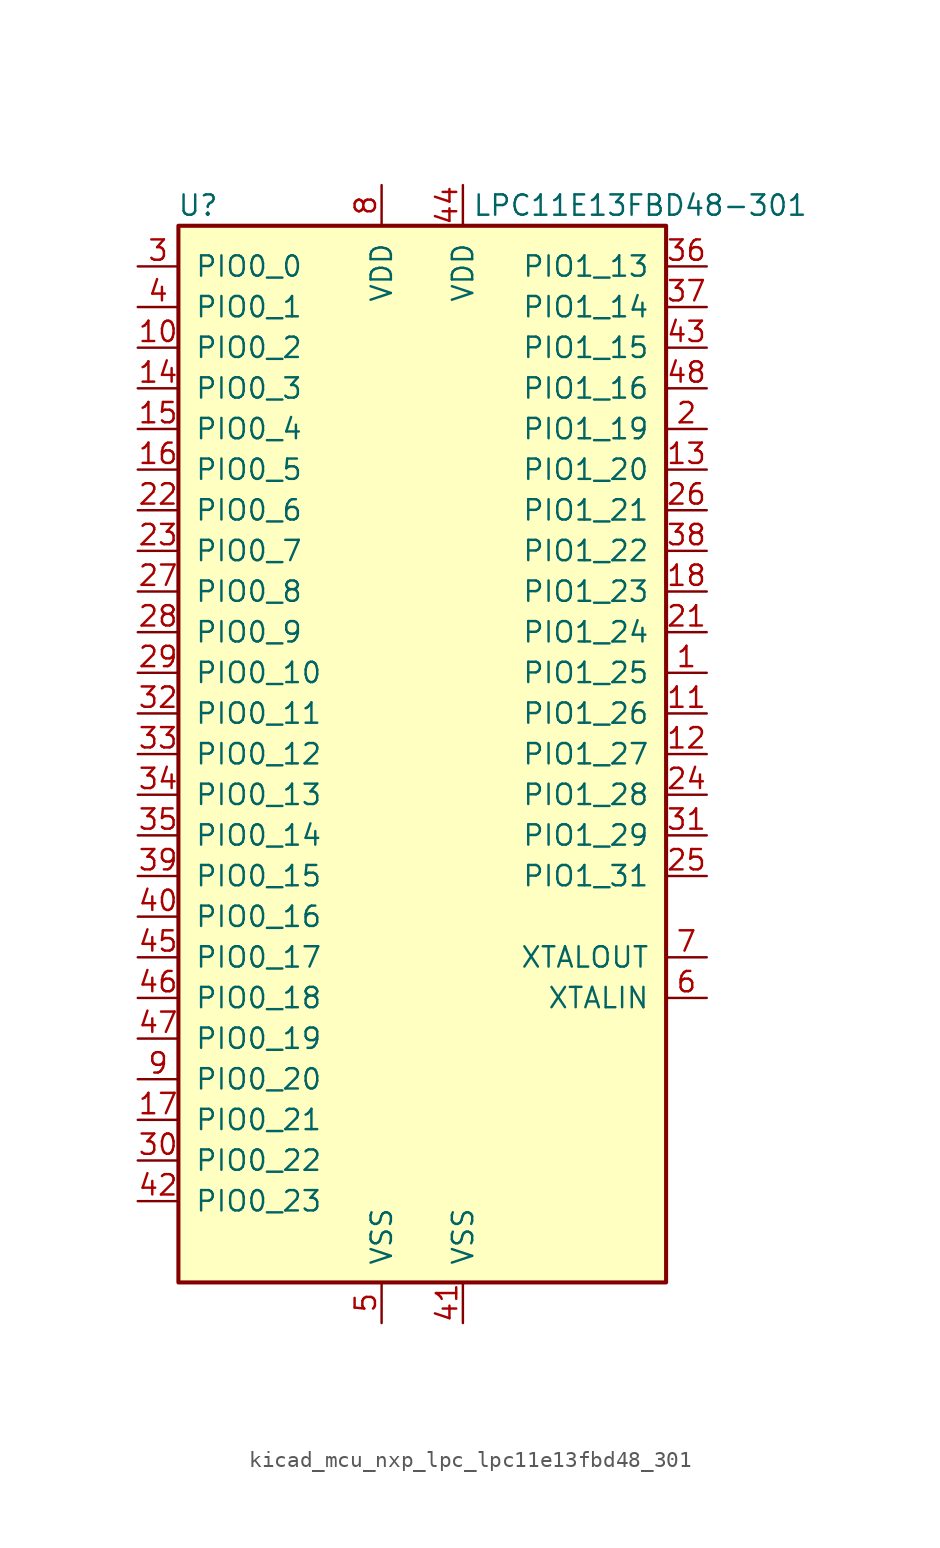
<source format=kicad_sym>
(kicad_symbol_lib
  (version 20220914)
  (generator kicad_symbol_editor)
  (symbol "kicad_mcu_nxp_lpc_lpc11e13fbd48_301"
    (pin_names
      (offset 1.016))
    (property "Reference" "U"
      (at -12.7 34.29 0)
      (effects (font (size 1.27 1.27)) (justify right)))
    (property "Value" "LPC11E13FBD48-301"
      (at 24.13 34.29 0)
      (effects (font (size 1.27 1.27)) (justify right)))
    (symbol "kicad_mcu_nxp_lpc_lpc11e13fbd48_301_0_1"
      (rectangle (start -15.24 33.02) (end 15.24 -33.02) (stroke (width 0.254) (type default)) (fill (type background))))
    (symbol "kicad_mcu_nxp_lpc_lpc11e13fbd48_301_1_1"
      (pin bidirectional line (at 17.78 5.08 180) (length 2.54) (name "PIO1_25" (effects (font (size 1.27 1.27)))) (number "1" (effects (font (size 1.27 1.27)))))
      (pin bidirectional line (at -17.78 25.4 0) (length 2.54) (name "PIO0_2" (effects (font (size 1.27 1.27)))) (number "10" (effects (font (size 1.27 1.27)))))
      (pin bidirectional line (at 17.78 2.54 180) (length 2.54) (name "PIO1_26" (effects (font (size 1.27 1.27)))) (number "11" (effects (font (size 1.27 1.27)))))
      (pin bidirectional line (at 17.78 0 180) (length 2.54) (name "PIO1_27" (effects (font (size 1.27 1.27)))) (number "12" (effects (font (size 1.27 1.27)))))
      (pin bidirectional line (at 17.78 17.78 180) (length 2.54) (name "PIO1_20" (effects (font (size 1.27 1.27)))) (number "13" (effects (font (size 1.27 1.27)))))
      (pin bidirectional line (at -17.78 22.86 0) (length 2.54) (name "PIO0_3" (effects (font (size 1.27 1.27)))) (number "14" (effects (font (size 1.27 1.27)))))
      (pin open_collector line (at -17.78 20.32 0) (length 2.54) (name "PIO0_4" (effects (font (size 1.27 1.27)))) (number "15" (effects (font (size 1.27 1.27)))))
      (pin open_collector line (at -17.78 17.78 0) (length 2.54) (name "PIO0_5" (effects (font (size 1.27 1.27)))) (number "16" (effects (font (size 1.27 1.27)))))
      (pin bidirectional line (at -17.78 -22.86 0) (length 2.54) (name "PIO0_21" (effects (font (size 1.27 1.27)))) (number "17" (effects (font (size 1.27 1.27)))))
      (pin bidirectional line (at 17.78 10.16 180) (length 2.54) (name "PIO1_23" (effects (font (size 1.27 1.27)))) (number "18" (effects (font (size 1.27 1.27)))))
      (pin no_connect line (at 15.24 -22.86 180) (length 2.54) hide (name "NC" (effects (font (size 1.27 1.27)))) (number "19" (effects (font (size 1.27 1.27)))))
      (pin bidirectional line (at 17.78 20.32 180) (length 2.54) (name "PIO1_19" (effects (font (size 1.27 1.27)))) (number "2" (effects (font (size 1.27 1.27)))))
      (pin no_connect line (at 15.24 -20.32 180) (length 2.54) hide (name "NC" (effects (font (size 1.27 1.27)))) (number "20" (effects (font (size 1.27 1.27)))))
      (pin bidirectional line (at 17.78 7.62 180) (length 2.54) (name "PIO1_24" (effects (font (size 1.27 1.27)))) (number "21" (effects (font (size 1.27 1.27)))))
      (pin bidirectional line (at -17.78 15.24 0) (length 2.54) (name "PIO0_6" (effects (font (size 1.27 1.27)))) (number "22" (effects (font (size 1.27 1.27)))))
      (pin bidirectional line (at -17.78 12.7 0) (length 2.54) (name "PIO0_7" (effects (font (size 1.27 1.27)))) (number "23" (effects (font (size 1.27 1.27)))))
      (pin bidirectional line (at 17.78 -2.54 180) (length 2.54) (name "PIO1_28" (effects (font (size 1.27 1.27)))) (number "24" (effects (font (size 1.27 1.27)))))
      (pin bidirectional line (at 17.78 -7.62 180) (length 2.54) (name "PIO1_31" (effects (font (size 1.27 1.27)))) (number "25" (effects (font (size 1.27 1.27)))))
      (pin bidirectional line (at 17.78 15.24 180) (length 2.54) (name "PIO1_21" (effects (font (size 1.27 1.27)))) (number "26" (effects (font (size 1.27 1.27)))))
      (pin bidirectional line (at -17.78 10.16 0) (length 2.54) (name "PIO0_8" (effects (font (size 1.27 1.27)))) (number "27" (effects (font (size 1.27 1.27)))))
      (pin bidirectional line (at -17.78 7.62 0) (length 2.54) (name "PIO0_9" (effects (font (size 1.27 1.27)))) (number "28" (effects (font (size 1.27 1.27)))))
      (pin bidirectional line (at -17.78 5.08 0) (length 2.54) (name "PIO0_10" (effects (font (size 1.27 1.27)))) (number "29" (effects (font (size 1.27 1.27)))))
      (pin bidirectional line (at -17.78 30.48 0) (length 2.54) (name "PIO0_0" (effects (font (size 1.27 1.27)))) (number "3" (effects (font (size 1.27 1.27)))))
      (pin bidirectional line (at -17.78 -25.4 0) (length 2.54) (name "PIO0_22" (effects (font (size 1.27 1.27)))) (number "30" (effects (font (size 1.27 1.27)))))
      (pin bidirectional line (at 17.78 -5.08 180) (length 2.54) (name "PIO1_29" (effects (font (size 1.27 1.27)))) (number "31" (effects (font (size 1.27 1.27)))))
      (pin bidirectional line (at -17.78 2.54 0) (length 2.54) (name "PIO0_11" (effects (font (size 1.27 1.27)))) (number "32" (effects (font (size 1.27 1.27)))))
      (pin bidirectional line (at -17.78 0 0) (length 2.54) (name "PIO0_12" (effects (font (size 1.27 1.27)))) (number "33" (effects (font (size 1.27 1.27)))))
      (pin bidirectional line (at -17.78 -2.54 0) (length 2.54) (name "PIO0_13" (effects (font (size 1.27 1.27)))) (number "34" (effects (font (size 1.27 1.27)))))
      (pin bidirectional line (at -17.78 -5.08 0) (length 2.54) (name "PIO0_14" (effects (font (size 1.27 1.27)))) (number "35" (effects (font (size 1.27 1.27)))))
      (pin bidirectional line (at 17.78 30.48 180) (length 2.54) (name "PIO1_13" (effects (font (size 1.27 1.27)))) (number "36" (effects (font (size 1.27 1.27)))))
      (pin bidirectional line (at 17.78 27.94 180) (length 2.54) (name "PIO1_14" (effects (font (size 1.27 1.27)))) (number "37" (effects (font (size 1.27 1.27)))))
      (pin bidirectional line (at 17.78 12.7 180) (length 2.54) (name "PIO1_22" (effects (font (size 1.27 1.27)))) (number "38" (effects (font (size 1.27 1.27)))))
      (pin bidirectional line (at -17.78 -7.62 0) (length 2.54) (name "PIO0_15" (effects (font (size 1.27 1.27)))) (number "39" (effects (font (size 1.27 1.27)))))
      (pin bidirectional line (at -17.78 27.94 0) (length 2.54) (name "PIO0_1" (effects (font (size 1.27 1.27)))) (number "4" (effects (font (size 1.27 1.27)))))
      (pin bidirectional line (at -17.78 -10.16 0) (length 2.54) (name "PIO0_16" (effects (font (size 1.27 1.27)))) (number "40" (effects (font (size 1.27 1.27)))))
      (pin power_in line (at 2.54 -35.56 90) (length 2.54) (name "VSS" (effects (font (size 1.27 1.27)))) (number "41" (effects (font (size 1.27 1.27)))))
      (pin bidirectional line (at -17.78 -27.94 0) (length 2.54) (name "PIO0_23" (effects (font (size 1.27 1.27)))) (number "42" (effects (font (size 1.27 1.27)))))
      (pin bidirectional line (at 17.78 25.4 180) (length 2.54) (name "PIO1_15" (effects (font (size 1.27 1.27)))) (number "43" (effects (font (size 1.27 1.27)))))
      (pin power_in line (at 2.54 35.56 270) (length 2.54) (name "VDD" (effects (font (size 1.27 1.27)))) (number "44" (effects (font (size 1.27 1.27)))))
      (pin bidirectional line (at -17.78 -12.7 0) (length 2.54) (name "PIO0_17" (effects (font (size 1.27 1.27)))) (number "45" (effects (font (size 1.27 1.27)))))
      (pin bidirectional line (at -17.78 -15.24 0) (length 2.54) (name "PIO0_18" (effects (font (size 1.27 1.27)))) (number "46" (effects (font (size 1.27 1.27)))))
      (pin bidirectional line (at -17.78 -17.78 0) (length 2.54) (name "PIO0_19" (effects (font (size 1.27 1.27)))) (number "47" (effects (font (size 1.27 1.27)))))
      (pin bidirectional line (at 17.78 22.86 180) (length 2.54) (name "PIO1_16" (effects (font (size 1.27 1.27)))) (number "48" (effects (font (size 1.27 1.27)))))
      (pin power_in line (at -2.54 -35.56 90) (length 2.54) (name "VSS" (effects (font (size 1.27 1.27)))) (number "5" (effects (font (size 1.27 1.27)))))
      (pin passive line (at 17.78 -15.24 180) (length 2.54) (name "XTALIN" (effects (font (size 1.27 1.27)))) (number "6" (effects (font (size 1.27 1.27)))))
      (pin passive line (at 17.78 -12.7 180) (length 2.54) (name "XTALOUT" (effects (font (size 1.27 1.27)))) (number "7" (effects (font (size 1.27 1.27)))))
      (pin power_in line (at -2.54 35.56 270) (length 2.54) (name "VDD" (effects (font (size 1.27 1.27)))) (number "8" (effects (font (size 1.27 1.27)))))
      (pin bidirectional line (at -17.78 -20.32 0) (length 2.54) (name "PIO0_20" (effects (font (size 1.27 1.27)))) (number "9" (effects (font (size 1.27 1.27))))))))
</source>
